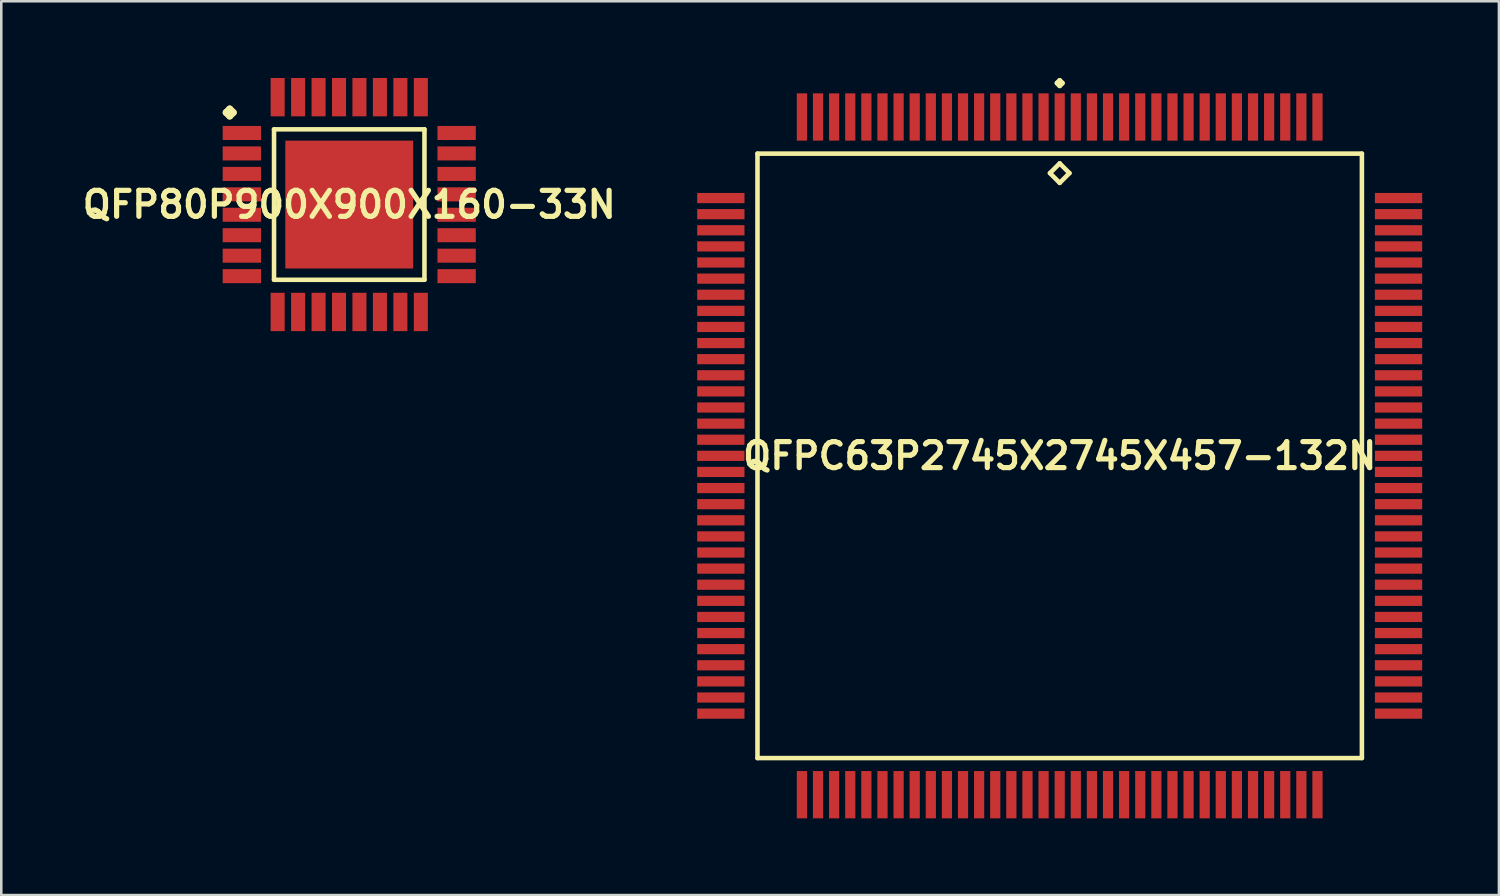
<source format=kicad_pcb>
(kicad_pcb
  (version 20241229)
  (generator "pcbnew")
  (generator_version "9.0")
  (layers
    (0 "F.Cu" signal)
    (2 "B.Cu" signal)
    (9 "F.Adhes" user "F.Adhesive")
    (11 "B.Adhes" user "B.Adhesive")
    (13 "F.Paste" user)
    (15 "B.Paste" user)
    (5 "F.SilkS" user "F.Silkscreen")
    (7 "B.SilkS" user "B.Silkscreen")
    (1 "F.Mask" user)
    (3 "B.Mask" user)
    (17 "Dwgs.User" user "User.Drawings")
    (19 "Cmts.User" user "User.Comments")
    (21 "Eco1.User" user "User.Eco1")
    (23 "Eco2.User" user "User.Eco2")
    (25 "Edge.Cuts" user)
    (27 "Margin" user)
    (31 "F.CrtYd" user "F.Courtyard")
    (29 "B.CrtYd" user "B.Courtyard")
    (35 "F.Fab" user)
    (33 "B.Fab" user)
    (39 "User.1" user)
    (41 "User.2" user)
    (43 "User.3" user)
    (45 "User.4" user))
  (footprint "QFPC63P2745X2745X457-132N"
    (layer "F.Cu")
    (at 38.383 14.773)
    (property "Reference" "QFPC63P2745X2745X457-132N" (at 0 0 0) (layer "F.SilkS") (effects (font (size 1.016 1.016) (thickness 0.203))))
    (attr smd)
    (fp_line (start -11.816 -11.816) (end -11.816 11.816) (stroke (width 0.178) (type solid)) (layer "F.SilkS"))
    (fp_line (start -11.816 11.816) (end 11.816 11.816) (stroke (width 0.178) (type solid)) (layer "F.SilkS"))
    (fp_line (start -0.381 -11.054) (end 0 -11.435) (stroke (width 0.178) (type solid)) (layer "F.SilkS"))
    (fp_line (start -0.099 -14.575) (end 0 -14.674) (stroke (width 0.198) (type solid)) (layer "F.SilkS"))
    (fp_line (start 0 -14.674) (end 0.099 -14.575) (stroke (width 0.198) (type solid)) (layer "F.SilkS"))
    (fp_line (start 0 -14.473) (end -0.099 -14.575) (stroke (width 0.198) (type solid)) (layer "F.SilkS"))
    (fp_line (start 0 -11.435) (end 0.381 -11.054) (stroke (width 0.178) (type solid)) (layer "F.SilkS"))
    (fp_line (start 0 -10.673) (end -0.381 -11.054) (stroke (width 0.178) (type solid)) (layer "F.SilkS"))
    (fp_line (start 0.099 -14.575) (end 0 -14.473) (stroke (width 0.198) (type solid)) (layer "F.SilkS"))
    (fp_line (start 0.381 -11.054) (end 0 -10.673) (stroke (width 0.178) (type solid)) (layer "F.SilkS"))
    (fp_line (start 11.816 -11.816) (end -11.816 -11.816) (stroke (width 0.178) (type solid)) (layer "F.SilkS"))
    (fp_line (start 11.816 11.816) (end 11.816 -11.816) (stroke (width 0.178) (type solid)) (layer "F.SilkS"))
    (pad "1" smd rect (at 0 -13.249) (size 0.399 1.849) (layers "F.Cu" "F.Mask" "F.Paste"))
    (pad "2" smd rect (at -0.63 -13.249) (size 0.399 1.849) (layers "F.Cu" "F.Mask" "F.Paste"))
    (pad "3" smd rect (at -1.26 -13.249) (size 0.399 1.849) (layers "F.Cu" "F.Mask" "F.Paste"))
    (pad "4" smd rect (at -1.89 -13.249) (size 0.399 1.849) (layers "F.Cu" "F.Mask" "F.Paste"))
    (pad "5" smd rect (at -2.52 -13.249) (size 0.399 1.849) (layers "F.Cu" "F.Mask" "F.Paste"))
    (pad "6" smd rect (at -3.15 -13.249) (size 0.399 1.849) (layers "F.Cu" "F.Mask" "F.Paste"))
    (pad "7" smd rect (at -3.78 -13.249) (size 0.399 1.849) (layers "F.Cu" "F.Mask" "F.Paste"))
    (pad "8" smd rect (at -4.409 -13.249) (size 0.399 1.849) (layers "F.Cu" "F.Mask" "F.Paste"))
    (pad "9" smd rect (at -5.039 -13.249) (size 0.399 1.849) (layers "F.Cu" "F.Mask" "F.Paste"))
    (pad "10" smd rect (at -5.669 -13.249) (size 0.399 1.849) (layers "F.Cu" "F.Mask" "F.Paste"))
    (pad "11" smd rect (at -6.299 -13.249) (size 0.399 1.849) (layers "F.Cu" "F.Mask" "F.Paste"))
    (pad "12" smd rect (at -6.929 -13.249) (size 0.399 1.849) (layers "F.Cu" "F.Mask" "F.Paste"))
    (pad "13" smd rect (at -7.559 -13.249) (size 0.399 1.849) (layers "F.Cu" "F.Mask" "F.Paste"))
    (pad "14" smd rect (at -8.189 -13.249) (size 0.399 1.849) (layers "F.Cu" "F.Mask" "F.Paste"))
    (pad "15" smd rect (at -8.819 -13.249) (size 0.399 1.849) (layers "F.Cu" "F.Mask" "F.Paste"))
    (pad "16" smd rect (at -9.449 -13.249) (size 0.399 1.849) (layers "F.Cu" "F.Mask" "F.Paste"))
    (pad "17" smd rect (at -10.079 -13.249) (size 0.399 1.849) (layers "F.Cu" "F.Mask" "F.Paste"))
    (pad "18" smd rect (at -13.249 -10.079) (size 1.849 0.399) (layers "F.Cu" "F.Mask" "F.Paste"))
    (pad "19" smd rect (at -13.249 -9.449) (size 1.849 0.399) (layers "F.Cu" "F.Mask" "F.Paste"))
    (pad "20" smd rect (at -13.249 -8.819) (size 1.849 0.399) (layers "F.Cu" "F.Mask" "F.Paste"))
    (pad "21" smd rect (at -13.249 -8.189) (size 1.849 0.399) (layers "F.Cu" "F.Mask" "F.Paste"))
    (pad "22" smd rect (at -13.249 -7.559) (size 1.849 0.399) (layers "F.Cu" "F.Mask" "F.Paste"))
    (pad "23" smd rect (at -13.249 -6.929) (size 1.849 0.399) (layers "F.Cu" "F.Mask" "F.Paste"))
    (pad "24" smd rect (at -13.249 -6.299) (size 1.849 0.399) (layers "F.Cu" "F.Mask" "F.Paste"))
    (pad "25" smd rect (at -13.249 -5.669) (size 1.849 0.399) (layers "F.Cu" "F.Mask" "F.Paste"))
    (pad "26" smd rect (at -13.249 -5.039) (size 1.849 0.399) (layers "F.Cu" "F.Mask" "F.Paste"))
    (pad "27" smd rect (at -13.249 -4.409) (size 1.849 0.399) (layers "F.Cu" "F.Mask" "F.Paste"))
    (pad "28" smd rect (at -13.249 -3.78) (size 1.849 0.399) (layers "F.Cu" "F.Mask" "F.Paste"))
    (pad "29" smd rect (at -13.249 -3.15) (size 1.849 0.399) (layers "F.Cu" "F.Mask" "F.Paste"))
    (pad "30" smd rect (at -13.249 -2.52) (size 1.849 0.399) (layers "F.Cu" "F.Mask" "F.Paste"))
    (pad "31" smd rect (at -13.249 -1.89) (size 1.849 0.399) (layers "F.Cu" "F.Mask" "F.Paste"))
    (pad "32" smd rect (at -13.249 -1.26) (size 1.849 0.399) (layers "F.Cu" "F.Mask" "F.Paste"))
    (pad "33" smd rect (at -13.249 -0.63) (size 1.849 0.399) (layers "F.Cu" "F.Mask" "F.Paste"))
    (pad "34" smd rect (at -13.249 0) (size 1.849 0.399) (layers "F.Cu" "F.Mask" "F.Paste"))
    (pad "35" smd rect (at -13.249 0.63) (size 1.849 0.399) (layers "F.Cu" "F.Mask" "F.Paste"))
    (pad "36" smd rect (at -13.249 1.26) (size 1.849 0.399) (layers "F.Cu" "F.Mask" "F.Paste"))
    (pad "37" smd rect (at -13.249 1.89) (size 1.849 0.399) (layers "F.Cu" "F.Mask" "F.Paste"))
    (pad "38" smd rect (at -13.249 2.52) (size 1.849 0.399) (layers "F.Cu" "F.Mask" "F.Paste"))
    (pad "39" smd rect (at -13.249 3.15) (size 1.849 0.399) (layers "F.Cu" "F.Mask" "F.Paste"))
    (pad "40" smd rect (at -13.249 3.78) (size 1.849 0.399) (layers "F.Cu" "F.Mask" "F.Paste"))
    (pad "41" smd rect (at -13.249 4.409) (size 1.849 0.399) (layers "F.Cu" "F.Mask" "F.Paste"))
    (pad "42" smd rect (at -13.249 5.039) (size 1.849 0.399) (layers "F.Cu" "F.Mask" "F.Paste"))
    (pad "43" smd rect (at -13.249 5.669) (size 1.849 0.399) (layers "F.Cu" "F.Mask" "F.Paste"))
    (pad "44" smd rect (at -13.249 6.299) (size 1.849 0.399) (layers "F.Cu" "F.Mask" "F.Paste"))
    (pad "45" smd rect (at -13.249 6.929) (size 1.849 0.399) (layers "F.Cu" "F.Mask" "F.Paste"))
    (pad "46" smd rect (at -13.249 7.559) (size 1.849 0.399) (layers "F.Cu" "F.Mask" "F.Paste"))
    (pad "47" smd rect (at -13.249 8.189) (size 1.849 0.399) (layers "F.Cu" "F.Mask" "F.Paste"))
    (pad "48" smd rect (at -13.249 8.819) (size 1.849 0.399) (layers "F.Cu" "F.Mask" "F.Paste"))
    (pad "49" smd rect (at -13.249 9.449) (size 1.849 0.399) (layers "F.Cu" "F.Mask" "F.Paste"))
    (pad "50" smd rect (at -13.249 10.079) (size 1.849 0.399) (layers "F.Cu" "F.Mask" "F.Paste"))
    (pad "51" smd rect (at -10.079 13.249) (size 0.399 1.849) (layers "F.Cu" "F.Mask" "F.Paste"))
    (pad "52" smd rect (at -9.449 13.249) (size 0.399 1.849) (layers "F.Cu" "F.Mask" "F.Paste"))
    (pad "53" smd rect (at -8.819 13.249) (size 0.399 1.849) (layers "F.Cu" "F.Mask" "F.Paste"))
    (pad "54" smd rect (at -8.189 13.249) (size 0.399 1.849) (layers "F.Cu" "F.Mask" "F.Paste"))
    (pad "55" smd rect (at -7.559 13.249) (size 0.399 1.849) (layers "F.Cu" "F.Mask" "F.Paste"))
    (pad "56" smd rect (at -6.929 13.249) (size 0.399 1.849) (layers "F.Cu" "F.Mask" "F.Paste"))
    (pad "57" smd rect (at -6.299 13.249) (size 0.399 1.849) (layers "F.Cu" "F.Mask" "F.Paste"))
    (pad "58" smd rect (at -5.669 13.249) (size 0.399 1.849) (layers "F.Cu" "F.Mask" "F.Paste"))
    (pad "59" smd rect (at -5.039 13.249) (size 0.399 1.849) (layers "F.Cu" "F.Mask" "F.Paste"))
    (pad "60" smd rect (at -4.409 13.249) (size 0.399 1.849) (layers "F.Cu" "F.Mask" "F.Paste"))
    (pad "61" smd rect (at -3.78 13.249) (size 0.399 1.849) (layers "F.Cu" "F.Mask" "F.Paste"))
    (pad "62" smd rect (at -3.15 13.249) (size 0.399 1.849) (layers "F.Cu" "F.Mask" "F.Paste"))
    (pad "63" smd rect (at -2.52 13.249) (size 0.399 1.849) (layers "F.Cu" "F.Mask" "F.Paste"))
    (pad "64" smd rect (at -1.89 13.249) (size 0.399 1.849) (layers "F.Cu" "F.Mask" "F.Paste"))
    (pad "65" smd rect (at -1.26 13.249) (size 0.399 1.849) (layers "F.Cu" "F.Mask" "F.Paste"))
    (pad "66" smd rect (at -0.63 13.249) (size 0.399 1.849) (layers "F.Cu" "F.Mask" "F.Paste"))
    (pad "67" smd rect (at 0 13.249) (size 0.399 1.849) (layers "F.Cu" "F.Mask" "F.Paste"))
    (pad "68" smd rect (at 0.63 13.249) (size 0.399 1.849) (layers "F.Cu" "F.Mask" "F.Paste"))
    (pad "69" smd rect (at 1.26 13.249) (size 0.399 1.849) (layers "F.Cu" "F.Mask" "F.Paste"))
    (pad "70" smd rect (at 1.89 13.249) (size 0.399 1.849) (layers "F.Cu" "F.Mask" "F.Paste"))
    (pad "71" smd rect (at 2.52 13.249) (size 0.399 1.849) (layers "F.Cu" "F.Mask" "F.Paste"))
    (pad "72" smd rect (at 3.15 13.249) (size 0.399 1.849) (layers "F.Cu" "F.Mask" "F.Paste"))
    (pad "73" smd rect (at 3.78 13.249) (size 0.399 1.849) (layers "F.Cu" "F.Mask" "F.Paste"))
    (pad "74" smd rect (at 4.409 13.249) (size 0.399 1.849) (layers "F.Cu" "F.Mask" "F.Paste"))
    (pad "75" smd rect (at 5.039 13.249) (size 0.399 1.849) (layers "F.Cu" "F.Mask" "F.Paste"))
    (pad "76" smd rect (at 5.669 13.249) (size 0.399 1.849) (layers "F.Cu" "F.Mask" "F.Paste"))
    (pad "77" smd rect (at 6.299 13.249) (size 0.399 1.849) (layers "F.Cu" "F.Mask" "F.Paste"))
    (pad "78" smd rect (at 6.929 13.249) (size 0.399 1.849) (layers "F.Cu" "F.Mask" "F.Paste"))
    (pad "79" smd rect (at 7.559 13.249) (size 0.399 1.849) (layers "F.Cu" "F.Mask" "F.Paste"))
    (pad "80" smd rect (at 8.189 13.249) (size 0.399 1.849) (layers "F.Cu" "F.Mask" "F.Paste"))
    (pad "81" smd rect (at 8.819 13.249) (size 0.399 1.849) (layers "F.Cu" "F.Mask" "F.Paste"))
    (pad "82" smd rect (at 9.449 13.249) (size 0.399 1.849) (layers "F.Cu" "F.Mask" "F.Paste"))
    (pad "83" smd rect (at 10.079 13.249) (size 0.399 1.849) (layers "F.Cu" "F.Mask" "F.Paste"))
    (pad "84" smd rect (at 13.249 10.079) (size 1.849 0.399) (layers "F.Cu" "F.Mask" "F.Paste"))
    (pad "85" smd rect (at 13.249 9.449) (size 1.849 0.399) (layers "F.Cu" "F.Mask" "F.Paste"))
    (pad "86" smd rect (at 13.249 8.819) (size 1.849 0.399) (layers "F.Cu" "F.Mask" "F.Paste"))
    (pad "87" smd rect (at 13.249 8.189) (size 1.849 0.399) (layers "F.Cu" "F.Mask" "F.Paste"))
    (pad "88" smd rect (at 13.249 7.559) (size 1.849 0.399) (layers "F.Cu" "F.Mask" "F.Paste"))
    (pad "89" smd rect (at 13.249 6.929) (size 1.849 0.399) (layers "F.Cu" "F.Mask" "F.Paste"))
    (pad "90" smd rect (at 13.249 6.299) (size 1.849 0.399) (layers "F.Cu" "F.Mask" "F.Paste"))
    (pad "91" smd rect (at 13.249 5.669) (size 1.849 0.399) (layers "F.Cu" "F.Mask" "F.Paste"))
    (pad "92" smd rect (at 13.249 5.039) (size 1.849 0.399) (layers "F.Cu" "F.Mask" "F.Paste"))
    (pad "93" smd rect (at 13.249 4.409) (size 1.849 0.399) (layers "F.Cu" "F.Mask" "F.Paste"))
    (pad "94" smd rect (at 13.249 3.78) (size 1.849 0.399) (layers "F.Cu" "F.Mask" "F.Paste"))
    (pad "95" smd rect (at 13.249 3.15) (size 1.849 0.399) (layers "F.Cu" "F.Mask" "F.Paste"))
    (pad "96" smd rect (at 13.249 2.52) (size 1.849 0.399) (layers "F.Cu" "F.Mask" "F.Paste"))
    (pad "97" smd rect (at 13.249 1.89) (size 1.849 0.399) (layers "F.Cu" "F.Mask" "F.Paste"))
    (pad "98" smd rect (at 13.249 1.26) (size 1.849 0.399) (layers "F.Cu" "F.Mask" "F.Paste"))
    (pad "99" smd rect (at 13.249 0.63) (size 1.849 0.399) (layers "F.Cu" "F.Mask" "F.Paste"))
    (pad "100" smd rect (at 13.249 0) (size 1.849 0.399) (layers "F.Cu" "F.Mask" "F.Paste"))
    (pad "101" smd rect (at 13.249 -0.63) (size 1.849 0.399) (layers "F.Cu" "F.Mask" "F.Paste"))
    (pad "102" smd rect (at 13.249 -1.26) (size 1.849 0.399) (layers "F.Cu" "F.Mask" "F.Paste"))
    (pad "103" smd rect (at 13.249 -1.89) (size 1.849 0.399) (layers "F.Cu" "F.Mask" "F.Paste"))
    (pad "104" smd rect (at 13.249 -2.52) (size 1.849 0.399) (layers "F.Cu" "F.Mask" "F.Paste"))
    (pad "105" smd rect (at 13.249 -3.15) (size 1.849 0.399) (layers "F.Cu" "F.Mask" "F.Paste"))
    (pad "106" smd rect (at 13.249 -3.78) (size 1.849 0.399) (layers "F.Cu" "F.Mask" "F.Paste"))
    (pad "107" smd rect (at 13.249 -4.409) (size 1.849 0.399) (layers "F.Cu" "F.Mask" "F.Paste"))
    (pad "108" smd rect (at 13.249 -5.039) (size 1.849 0.399) (layers "F.Cu" "F.Mask" "F.Paste"))
    (pad "109" smd rect (at 13.249 -5.669) (size 1.849 0.399) (layers "F.Cu" "F.Mask" "F.Paste"))
    (pad "110" smd rect (at 13.249 -6.299) (size 1.849 0.399) (layers "F.Cu" "F.Mask" "F.Paste"))
    (pad "111" smd rect (at 13.249 -6.929) (size 1.849 0.399) (layers "F.Cu" "F.Mask" "F.Paste"))
    (pad "112" smd rect (at 13.249 -7.559) (size 1.849 0.399) (layers "F.Cu" "F.Mask" "F.Paste"))
    (pad "113" smd rect (at 13.249 -8.189) (size 1.849 0.399) (layers "F.Cu" "F.Mask" "F.Paste"))
    (pad "114" smd rect (at 13.249 -8.819) (size 1.849 0.399) (layers "F.Cu" "F.Mask" "F.Paste"))
    (pad "115" smd rect (at 13.249 -9.449) (size 1.849 0.399) (layers "F.Cu" "F.Mask" "F.Paste"))
    (pad "116" smd rect (at 13.249 -10.079) (size 1.849 0.399) (layers "F.Cu" "F.Mask" "F.Paste"))
    (pad "117" smd rect (at 10.079 -13.249) (size 0.399 1.849) (layers "F.Cu" "F.Mask" "F.Paste"))
    (pad "118" smd rect (at 9.449 -13.249) (size 0.399 1.849) (layers "F.Cu" "F.Mask" "F.Paste"))
    (pad "119" smd rect (at 8.819 -13.249) (size 0.399 1.849) (layers "F.Cu" "F.Mask" "F.Paste"))
    (pad "120" smd rect (at 8.189 -13.249) (size 0.399 1.849) (layers "F.Cu" "F.Mask" "F.Paste"))
    (pad "121" smd rect (at 7.559 -13.249) (size 0.399 1.849) (layers "F.Cu" "F.Mask" "F.Paste"))
    (pad "122" smd rect (at 6.929 -13.249) (size 0.399 1.849) (layers "F.Cu" "F.Mask" "F.Paste"))
    (pad "123" smd rect (at 6.299 -13.249) (size 0.399 1.849) (layers "F.Cu" "F.Mask" "F.Paste"))
    (pad "124" smd rect (at 5.669 -13.249) (size 0.399 1.849) (layers "F.Cu" "F.Mask" "F.Paste"))
    (pad "125" smd rect (at 5.039 -13.249) (size 0.399 1.849) (layers "F.Cu" "F.Mask" "F.Paste"))
    (pad "126" smd rect (at 4.409 -13.249) (size 0.399 1.849) (layers "F.Cu" "F.Mask" "F.Paste"))
    (pad "127" smd rect (at 3.78 -13.249) (size 0.399 1.849) (layers "F.Cu" "F.Mask" "F.Paste"))
    (pad "128" smd rect (at 3.15 -13.249) (size 0.399 1.849) (layers "F.Cu" "F.Mask" "F.Paste"))
    (pad "129" smd rect (at 2.52 -13.249) (size 0.399 1.849) (layers "F.Cu" "F.Mask" "F.Paste"))
    (pad "130" smd rect (at 1.89 -13.249) (size 0.399 1.849) (layers "F.Cu" "F.Mask" "F.Paste"))
    (pad "131" smd rect (at 1.26 -13.249) (size 0.399 1.849) (layers "F.Cu" "F.Mask" "F.Paste"))
    (pad "132" smd rect (at 0.63 -13.249) (size 0.399 1.849) (layers "F.Cu" "F.Mask" "F.Paste")))
  (footprint "QFP80P900X900X160-33N"
    (layer "F.Cu")
    (at 10.605 4.948)
    (property "Reference" "QFP80P900X900X160-33N" (at 0 0 0) (layer "F.SilkS") (effects (font (size 1.016 1.016) (thickness 0.203))))
    (attr smd)
    (fp_line (start -4.811 -3.599) (end -4.674 -3.736) (stroke (width 0.274) (type solid)) (layer "F.SilkS"))
    (fp_line (start -4.674 -3.736) (end -4.536 -3.599) (stroke (width 0.274) (type solid)) (layer "F.SilkS"))
    (fp_line (start -4.674 -3.462) (end -4.811 -3.599) (stroke (width 0.274) (type solid)) (layer "F.SilkS"))
    (fp_line (start -4.536 -3.599) (end -4.674 -3.462) (stroke (width 0.274) (type solid)) (layer "F.SilkS"))
    (fp_line (start -2.941 -2.941) (end -2.941 2.941) (stroke (width 0.178) (type solid)) (layer "F.SilkS"))
    (fp_line (start -2.941 2.941) (end 2.941 2.941) (stroke (width 0.178) (type solid)) (layer "F.SilkS"))
    (fp_line (start 2.941 -2.941) (end -2.941 -2.941) (stroke (width 0.178) (type solid)) (layer "F.SilkS"))
    (fp_line (start 2.941 2.941) (end 2.941 -2.941) (stroke (width 0.178) (type solid)) (layer "F.SilkS"))
    (pad "1" smd rect (at -4.199 -2.799) (size 1.499 0.549) (layers "F.Cu" "F.Mask" "F.Paste"))
    (pad "2" smd rect (at -4.199 -1.999) (size 1.499 0.549) (layers "F.Cu" "F.Mask" "F.Paste"))
    (pad "3" smd rect (at -4.199 -1.199) (size 1.499 0.549) (layers "F.Cu" "F.Mask" "F.Paste"))
    (pad "4" smd rect (at -4.199 -0.399) (size 1.499 0.549) (layers "F.Cu" "F.Mask" "F.Paste"))
    (pad "5" smd rect (at -4.199 0.399) (size 1.499 0.549) (layers "F.Cu" "F.Mask" "F.Paste"))
    (pad "6" smd rect (at -4.199 1.199) (size 1.499 0.549) (layers "F.Cu" "F.Mask" "F.Paste"))
    (pad "7" smd rect (at -4.199 1.999) (size 1.499 0.549) (layers "F.Cu" "F.Mask" "F.Paste"))
    (pad "8" smd rect (at -4.199 2.799) (size 1.499 0.549) (layers "F.Cu" "F.Mask" "F.Paste"))
    (pad "9" smd rect (at -2.799 4.199) (size 0.549 1.499) (layers "F.Cu" "F.Mask" "F.Paste"))
    (pad "10" smd rect (at -1.999 4.199) (size 0.549 1.499) (layers "F.Cu" "F.Mask" "F.Paste"))
    (pad "11" smd rect (at -1.199 4.199) (size 0.549 1.499) (layers "F.Cu" "F.Mask" "F.Paste"))
    (pad "12" smd rect (at -0.399 4.199) (size 0.549 1.499) (layers "F.Cu" "F.Mask" "F.Paste"))
    (pad "13" smd rect (at 0.399 4.199) (size 0.549 1.499) (layers "F.Cu" "F.Mask" "F.Paste"))
    (pad "14" smd rect (at 1.199 4.199) (size 0.549 1.499) (layers "F.Cu" "F.Mask" "F.Paste"))
    (pad "15" smd rect (at 1.999 4.199) (size 0.549 1.499) (layers "F.Cu" "F.Mask" "F.Paste"))
    (pad "16" smd rect (at 2.799 4.199) (size 0.549 1.499) (layers "F.Cu" "F.Mask" "F.Paste"))
    (pad "17" smd rect (at 4.199 2.799) (size 1.499 0.549) (layers "F.Cu" "F.Mask" "F.Paste"))
    (pad "18" smd rect (at 4.199 1.999) (size 1.499 0.549) (layers "F.Cu" "F.Mask" "F.Paste"))
    (pad "19" smd rect (at 4.199 1.199) (size 1.499 0.549) (layers "F.Cu" "F.Mask" "F.Paste"))
    (pad "20" smd rect (at 4.199 0.399) (size 1.499 0.549) (layers "F.Cu" "F.Mask" "F.Paste"))
    (pad "21" smd rect (at 4.199 -0.399) (size 1.499 0.549) (layers "F.Cu" "F.Mask" "F.Paste"))
    (pad "22" smd rect (at 4.199 -1.199) (size 1.499 0.549) (layers "F.Cu" "F.Mask" "F.Paste"))
    (pad "23" smd rect (at 4.199 -1.999) (size 1.499 0.549) (layers "F.Cu" "F.Mask" "F.Paste"))
    (pad "24" smd rect (at 4.199 -2.799) (size 1.499 0.549) (layers "F.Cu" "F.Mask" "F.Paste"))
    (pad "25" smd rect (at 2.799 -4.199) (size 0.549 1.499) (layers "F.Cu" "F.Mask" "F.Paste"))
    (pad "26" smd rect (at 1.999 -4.199) (size 0.549 1.499) (layers "F.Cu" "F.Mask" "F.Paste"))
    (pad "27" smd rect (at 1.199 -4.199) (size 0.549 1.499) (layers "F.Cu" "F.Mask" "F.Paste"))
    (pad "28" smd rect (at 0.399 -4.199) (size 0.549 1.499) (layers "F.Cu" "F.Mask" "F.Paste"))
    (pad "29" smd rect (at -0.399 -4.199) (size 0.549 1.499) (layers "F.Cu" "F.Mask" "F.Paste"))
    (pad "30" smd rect (at -1.199 -4.199) (size 0.549 1.499) (layers "F.Cu" "F.Mask" "F.Paste"))
    (pad "31" smd rect (at -1.999 -4.199) (size 0.549 1.499) (layers "F.Cu" "F.Mask" "F.Paste"))
    (pad "32" smd rect (at -2.799 -4.199) (size 0.549 1.499) (layers "F.Cu" "F.Mask" "F.Paste"))
    (pad "33" smd rect (at 0 0) (size 4.999 4.999) (layers "F.Cu" "F.Mask" "F.Paste")))
  (gr_rect
    (start -3 -3)
    (end 55.557 31.946)
    (stroke (width 0.1) (type default))
    (fill no)
    (layer "Edge.Cuts")))
</source>
